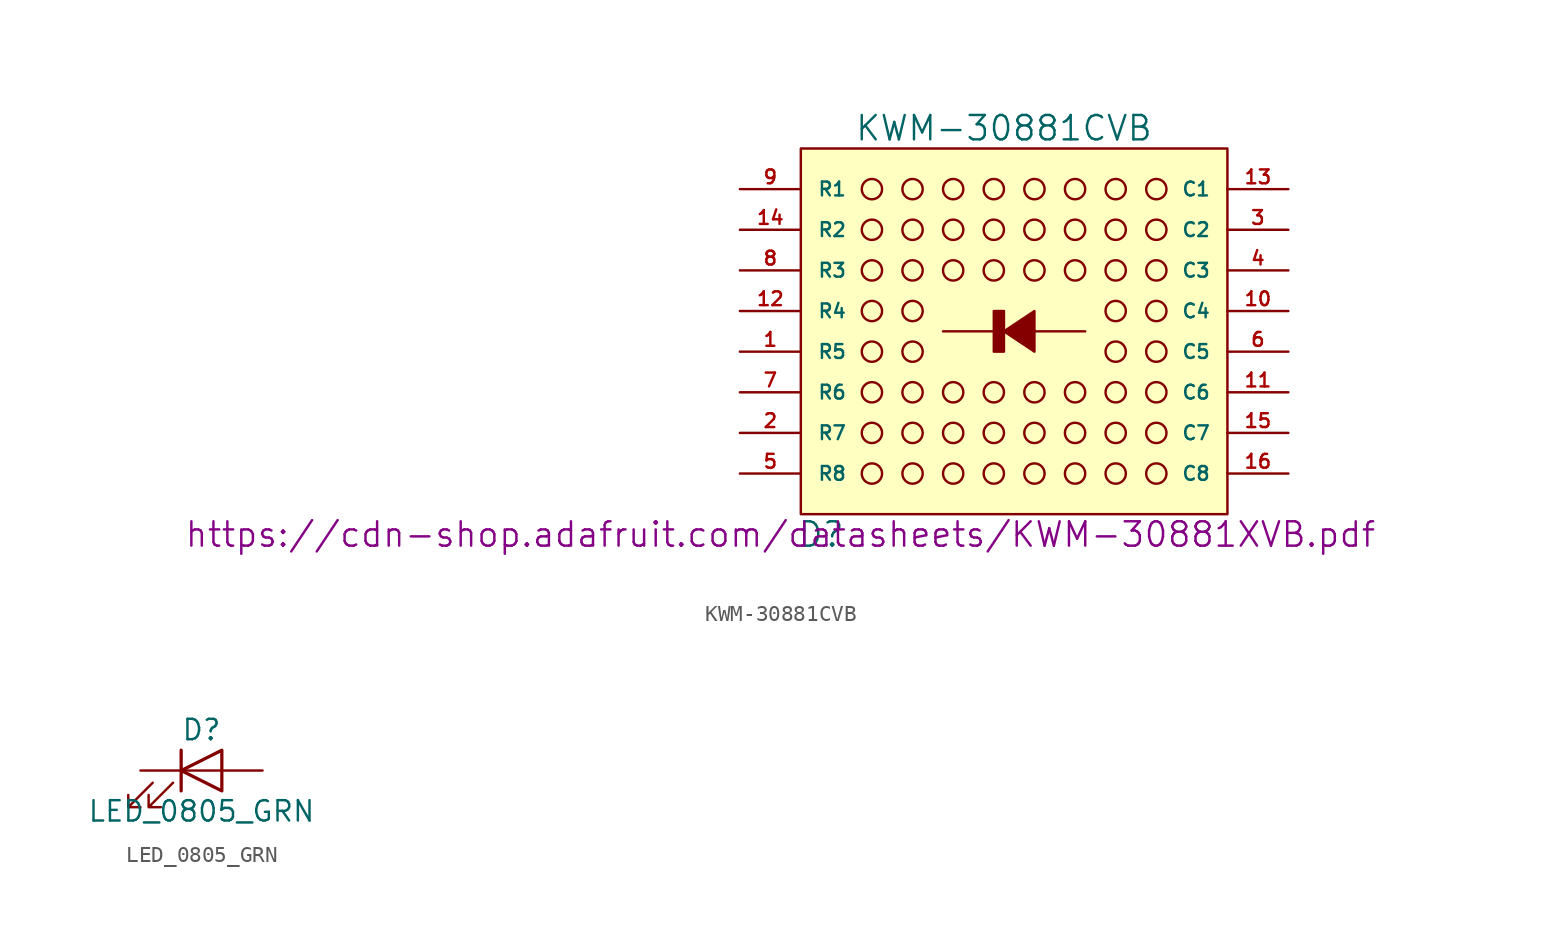
<source format=kicad_sym>
(kicad_symbol_lib
  (version 20211014)
  (generator kicad_symbol_editor)
  (symbol "KWM-30881CVB"
    (pin_names
      (offset 1.016))
    (property "Reference" "D"
      (at -11.43 -12.7 0)
      (effects (font (size 1.524 1.524))))
    (property "Value" "KWM-30881CVB"
      (at 0 12.7 0)
      (effects (font (size 1.524 1.524))))
    (property "Datasheet" "https://cdn-shop.adafruit.com/datasheets/KWM-30881XVB.pdf"
      (at -13.97 -12.7 0)
      (effects (font (size 1.524 1.524))))
    (symbol "KWM-30881CVB_0_1"
      (rectangle (start -12.7 -11.43) (end 13.97 11.43) (stroke (width 0) (type default) (color 0 0 0 0)) (fill (type background)))
      (circle (center -8.255 -8.89) (radius 0.635) (stroke (width 0) (type default) (color 0 0 0 0)) (fill (type none)))
      (circle (center -8.255 -6.35) (radius 0.635) (stroke (width 0) (type default) (color 0 0 0 0)) (fill (type none)))
      (circle (center -8.255 -3.81) (radius 0.635) (stroke (width 0) (type default) (color 0 0 0 0)) (fill (type none)))
      (circle (center -8.255 -1.27) (radius 0.635) (stroke (width 0) (type default) (color 0 0 0 0)) (fill (type none)))
      (circle (center -8.255 1.27) (radius 0.635) (stroke (width 0) (type default) (color 0 0 0 0)) (fill (type none)))
      (circle (center -8.255 3.81) (radius 0.635) (stroke (width 0) (type default) (color 0 0 0 0)) (fill (type none)))
      (circle (center -8.255 6.35) (radius 0.635) (stroke (width 0) (type default) (color 0 0 0 0)) (fill (type none)))
      (circle (center -8.255 8.89) (radius 0.635) (stroke (width 0) (type default) (color 0 0 0 0)) (fill (type none)))
      (circle (center -5.715 -8.89) (radius 0.635) (stroke (width 0) (type default) (color 0 0 0 0)) (fill (type none)))
      (circle (center -5.715 -6.35) (radius 0.635) (stroke (width 0) (type default) (color 0 0 0 0)) (fill (type none)))
      (circle (center -5.715 -3.81) (radius 0.635) (stroke (width 0) (type default) (color 0 0 0 0)) (fill (type none)))
      (circle (center -5.715 -1.27) (radius 0.635) (stroke (width 0) (type default) (color 0 0 0 0)) (fill (type none)))
      (circle (center -5.715 1.27) (radius 0.635) (stroke (width 0) (type default) (color 0 0 0 0)) (fill (type none)))
      (circle (center -5.715 3.81) (radius 0.635) (stroke (width 0) (type default) (color 0 0 0 0)) (fill (type none)))
      (circle (center -5.715 6.35) (radius 0.635) (stroke (width 0) (type default) (color 0 0 0 0)) (fill (type none)))
      (circle (center -5.715 8.89) (radius 0.635) (stroke (width 0) (type default) (color 0 0 0 0)) (fill (type none)))
      (circle (center -3.175 -8.89) (radius 0.635) (stroke (width 0) (type default) (color 0 0 0 0)) (fill (type none)))
      (circle (center -3.175 -6.35) (radius 0.635) (stroke (width 0) (type default) (color 0 0 0 0)) (fill (type none)))
      (circle (center -3.175 -3.81) (radius 0.635) (stroke (width 0) (type default) (color 0 0 0 0)) (fill (type none)))
      (circle (center -3.175 3.81) (radius 0.635) (stroke (width 0) (type default) (color 0 0 0 0)) (fill (type none)))
      (circle (center -3.175 6.35) (radius 0.635) (stroke (width 0) (type default) (color 0 0 0 0)) (fill (type none)))
      (circle (center -3.175 8.89) (radius 0.635) (stroke (width 0) (type default) (color 0 0 0 0)) (fill (type none)))
      (circle (center -0.635 -8.89) (radius 0.635) (stroke (width 0) (type default) (color 0 0 0 0)) (fill (type none)))
      (circle (center -0.635 -6.35) (radius 0.635) (stroke (width 0) (type default) (color 0 0 0 0)) (fill (type none)))
      (circle (center -0.635 -3.81) (radius 0.635) (stroke (width 0) (type default) (color 0 0 0 0)) (fill (type none)))
      (circle (center -0.635 3.81) (radius 0.635) (stroke (width 0) (type default) (color 0 0 0 0)) (fill (type none)))
      (circle (center -0.635 6.35) (radius 0.635) (stroke (width 0) (type default) (color 0 0 0 0)) (fill (type none)))
      (circle (center -0.635 8.89) (radius 0.635) (stroke (width 0) (type default) (color 0 0 0 0)) (fill (type none)))
      (polyline (pts (xy 5.08 0) (xy -3.81 0)) (stroke (width 0) (type default) (color 0 0 0 0)) (fill (type none)))
      (polyline (pts (xy 0 0) (xy 1.905 1.27) (xy 1.905 -1.27) (xy 0 0)) (stroke (width 0) (type default) (color 0 0 0 0)) (fill (type outline)))
      (polyline (pts (xy -0.635 1.27) (xy -0.635 -1.27) (xy 0 -1.27) (xy 0 1.27) (xy -0.635 1.27)) (stroke (width 0) (type default) (color 0 0 0 0)) (fill (type outline)))
      (circle (center 1.905 -8.89) (radius 0.635) (stroke (width 0) (type default) (color 0 0 0 0)) (fill (type none)))
      (circle (center 1.905 -6.35) (radius 0.635) (stroke (width 0) (type default) (color 0 0 0 0)) (fill (type none)))
      (circle (center 1.905 -3.81) (radius 0.635) (stroke (width 0) (type default) (color 0 0 0 0)) (fill (type none)))
      (circle (center 1.905 3.81) (radius 0.635) (stroke (width 0) (type default) (color 0 0 0 0)) (fill (type none)))
      (circle (center 1.905 6.35) (radius 0.635) (stroke (width 0) (type default) (color 0 0 0 0)) (fill (type none)))
      (circle (center 1.905 8.89) (radius 0.635) (stroke (width 0) (type default) (color 0 0 0 0)) (fill (type none)))
      (circle (center 4.445 -8.89) (radius 0.635) (stroke (width 0) (type default) (color 0 0 0 0)) (fill (type none)))
      (circle (center 4.445 -6.35) (radius 0.635) (stroke (width 0) (type default) (color 0 0 0 0)) (fill (type none)))
      (circle (center 4.445 -3.81) (radius 0.635) (stroke (width 0) (type default) (color 0 0 0 0)) (fill (type none)))
      (circle (center 4.445 3.81) (radius 0.635) (stroke (width 0) (type default) (color 0 0 0 0)) (fill (type none)))
      (circle (center 4.445 6.35) (radius 0.635) (stroke (width 0) (type default) (color 0 0 0 0)) (fill (type none)))
      (circle (center 4.445 8.89) (radius 0.635) (stroke (width 0) (type default) (color 0 0 0 0)) (fill (type none)))
      (circle (center 6.985 -8.89) (radius 0.635) (stroke (width 0) (type default) (color 0 0 0 0)) (fill (type none)))
      (circle (center 6.985 -6.35) (radius 0.635) (stroke (width 0) (type default) (color 0 0 0 0)) (fill (type none)))
      (circle (center 6.985 -3.81) (radius 0.635) (stroke (width 0) (type default) (color 0 0 0 0)) (fill (type none)))
      (circle (center 6.985 -1.27) (radius 0.635) (stroke (width 0) (type default) (color 0 0 0 0)) (fill (type none)))
      (circle (center 6.985 1.27) (radius 0.635) (stroke (width 0) (type default) (color 0 0 0 0)) (fill (type none)))
      (circle (center 6.985 3.81) (radius 0.635) (stroke (width 0) (type default) (color 0 0 0 0)) (fill (type none)))
      (circle (center 6.985 6.35) (radius 0.635) (stroke (width 0) (type default) (color 0 0 0 0)) (fill (type none)))
      (circle (center 6.985 8.89) (radius 0.635) (stroke (width 0) (type default) (color 0 0 0 0)) (fill (type none)))
      (circle (center 9.525 -8.89) (radius 0.635) (stroke (width 0) (type default) (color 0 0 0 0)) (fill (type none)))
      (circle (center 9.525 -6.35) (radius 0.635) (stroke (width 0) (type default) (color 0 0 0 0)) (fill (type none)))
      (circle (center 9.525 -3.81) (radius 0.635) (stroke (width 0) (type default) (color 0 0 0 0)) (fill (type none)))
      (circle (center 9.525 -1.27) (radius 0.635) (stroke (width 0) (type default) (color 0 0 0 0)) (fill (type none)))
      (circle (center 9.525 1.27) (radius 0.635) (stroke (width 0) (type default) (color 0 0 0 0)) (fill (type none)))
      (circle (center 9.525 3.81) (radius 0.635) (stroke (width 0) (type default) (color 0 0 0 0)) (fill (type none)))
      (circle (center 9.525 6.35) (radius 0.635) (stroke (width 0) (type default) (color 0 0 0 0)) (fill (type none)))
      (circle (center 9.525 8.89) (radius 0.635) (stroke (width 0) (type default) (color 0 0 0 0)) (fill (type none)))
      (pin passive line (at -16.51 8.89 0) (length 3.81) (name "R1" (effects (font (size 0.864 0.864)))) (number "9" (effects (font (size 0.864 0.864))))))
    (symbol "KWM-30881CVB_1_1"
      (pin passive line (at -16.51 -1.27 0) (length 3.81) (name "R5" (effects (font (size 0.864 0.864)))) (number "1" (effects (font (size 0.864 0.864)))))
      (pin passive line (at 17.78 1.27 180) (length 3.81) (name "C4" (effects (font (size 0.864 0.864)))) (number "10" (effects (font (size 0.864 0.864)))))
      (pin passive line (at 17.78 -3.81 180) (length 3.81) (name "C6" (effects (font (size 0.864 0.864)))) (number "11" (effects (font (size 0.864 0.864)))))
      (pin passive line (at -16.51 1.27 0) (length 3.81) (name "R4" (effects (font (size 0.864 0.864)))) (number "12" (effects (font (size 0.864 0.864)))))
      (pin passive line (at 17.78 8.89 180) (length 3.81) (name "C1" (effects (font (size 0.864 0.864)))) (number "13" (effects (font (size 0.864 0.864)))))
      (pin passive line (at -16.51 6.35 0) (length 3.81) (name "R2" (effects (font (size 0.864 0.864)))) (number "14" (effects (font (size 0.864 0.864)))))
      (pin passive line (at 17.78 -6.35 180) (length 3.81) (name "C7" (effects (font (size 0.864 0.864)))) (number "15" (effects (font (size 0.864 0.864)))))
      (pin passive line (at 17.78 -8.89 180) (length 3.81) (name "C8" (effects (font (size 0.864 0.864)))) (number "16" (effects (font (size 0.864 0.864)))))
      (pin passive line (at -16.51 -6.35 0) (length 3.81) (name "R7" (effects (font (size 0.864 0.864)))) (number "2" (effects (font (size 0.864 0.864)))))
      (pin passive line (at 17.78 6.35 180) (length 3.81) (name "C2" (effects (font (size 0.864 0.864)))) (number "3" (effects (font (size 0.864 0.864)))))
      (pin passive line (at 17.78 3.81 180) (length 3.81) (name "C3" (effects (font (size 0.864 0.864)))) (number "4" (effects (font (size 0.864 0.864)))))
      (pin passive line (at -16.51 -8.89 0) (length 3.81) (name "R8" (effects (font (size 0.864 0.864)))) (number "5" (effects (font (size 0.864 0.864)))))
      (pin passive line (at 17.78 -1.27 180) (length 3.81) (name "C5" (effects (font (size 0.864 0.864)))) (number "6" (effects (font (size 0.864 0.864)))))
      (pin passive line (at -16.51 -3.81 0) (length 3.81) (name "R6" (effects (font (size 0.864 0.864)))) (number "7" (effects (font (size 0.864 0.864)))))
      (pin passive line (at -16.51 3.81 0) (length 3.81) (name "R3" (effects (font (size 0.864 0.864)))) (number "8" (effects (font (size 0.864 0.864)))))))
  (symbol "LED_0805_GRN"
    (pin_numbers hide)
    (pin_names
      (offset 1.016) hide)
    (property "Reference" "D"
      (at 0 2.54 0)
      (effects (font (size 1.27 1.27))))
    (property "Value" "LED_0805_GRN"
      (at 0 -2.54 0)
      (effects (font (size 1.27 1.27))))
    (symbol "LED_0805_GRN_0_1"
      (polyline (pts (xy -1.27 -1.27) (xy -1.27 1.27)) (stroke (width 0.203) (type default) (color 0 0 0 0)) (fill (type none)))
      (polyline (pts (xy -1.27 0) (xy 1.27 0)) (stroke (width 0) (type default) (color 0 0 0 0)) (fill (type none)))
      (polyline (pts (xy 1.27 -1.27) (xy 1.27 1.27) (xy -1.27 0) (xy 1.27 -1.27)) (stroke (width 0.203) (type default) (color 0 0 0 0)) (fill (type none)))
      (polyline (pts (xy -3.048 -0.762) (xy -4.572 -2.286) (xy -3.81 -2.286) (xy -4.572 -2.286) (xy -4.572 -1.524)) (stroke (width 0) (type default) (color 0 0 0 0)) (fill (type none)))
      (polyline (pts (xy -1.778 -0.762) (xy -3.302 -2.286) (xy -2.54 -2.286) (xy -3.302 -2.286) (xy -3.302 -1.524)) (stroke (width 0) (type default) (color 0 0 0 0)) (fill (type none))))
    (symbol "LED_0805_GRN_1_1"
      (pin passive line (at -3.81 0 0) (length 2.54) (name "K" (effects (font (size 1.27 1.27)))) (number "1" (effects (font (size 1.27 1.27)))))
      (pin passive line (at 3.81 0 180) (length 2.54) (name "A" (effects (font (size 1.27 1.27)))) (number "2" (effects (font (size 1.27 1.27))))))))
</source>
